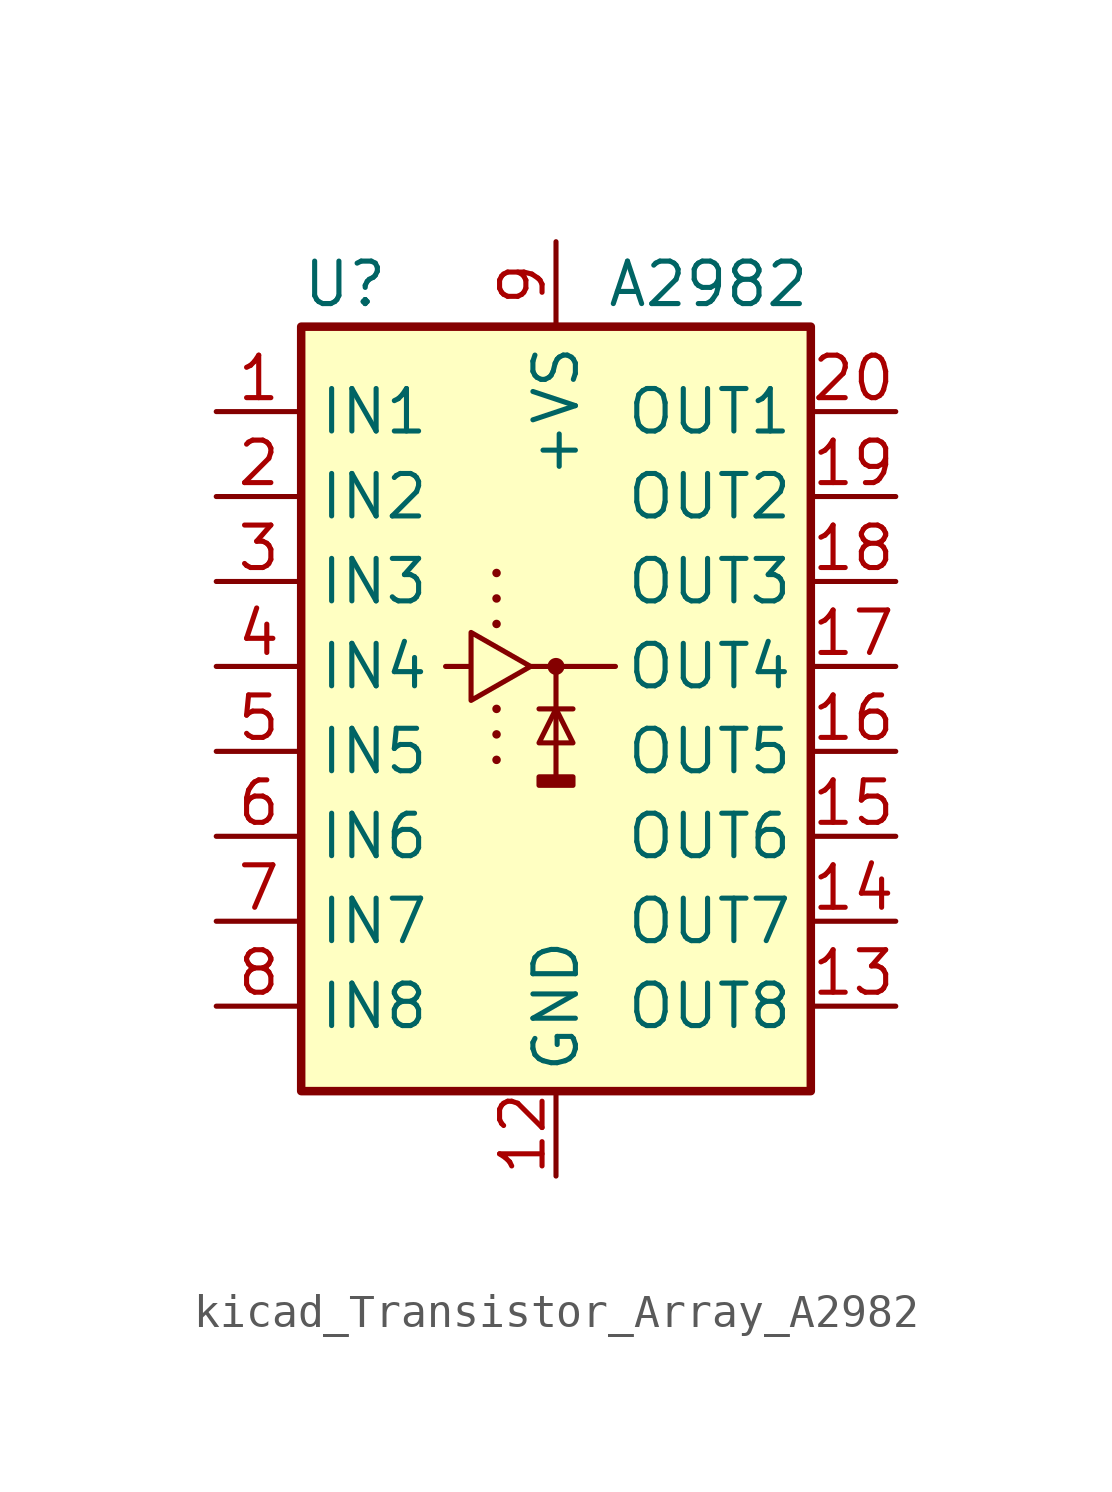
<source format=kicad_sym>
(kicad_symbol_lib
  (version 20220914)
  (generator kicad_symbol_editor)
  (symbol "kicad_Transistor_Array_A2982"
    (property "Reference" "U"
      (at -7.62 11.43 0)
      (effects (font (size 1.27 1.27)) (justify left)))
    (property "Value" "A2982"
      (at 7.62 11.43 0)
      (effects (font (size 1.27 1.27)) (justify right)))
    (symbol "kicad_Transistor_Array_A2982_0_1"
      (rectangle (start -7.62 10.16) (end 7.62 -12.7) (stroke (width 0.254) (type default)) (fill (type background)))
      (rectangle (start -0.508 -3.302) (end 0.508 -3.556) (stroke (width 0) (type default)) (fill (type outline)))
      (polyline (pts (xy -1.778 -2.794) (xy -1.778 -2.794)) (stroke (width 0.254) (type default)) (fill (type none)))
      (polyline (pts (xy -1.778 -2.032) (xy -1.778 -2.032)) (stroke (width 0.254) (type default)) (fill (type none)))
      (polyline (pts (xy -1.778 -1.27) (xy -1.778 -1.27)) (stroke (width 0.254) (type default)) (fill (type none)))
      (polyline (pts (xy -1.778 1.27) (xy -1.778 1.27)) (stroke (width 0.254) (type default)) (fill (type none)))
      (polyline (pts (xy -1.778 2.032) (xy -1.778 2.032)) (stroke (width 0.254) (type default)) (fill (type none)))
      (polyline (pts (xy -1.778 2.794) (xy -1.778 2.794)) (stroke (width 0.254) (type default)) (fill (type none)))
      (polyline (pts (xy -0.762 0) (xy 1.778 0)) (stroke (width 0) (type default)) (fill (type none)))
      (polyline (pts (xy -0.508 -1.27) (xy 0.508 -1.27)) (stroke (width 0) (type default)) (fill (type none)))
      (polyline (pts (xy 0 0) (xy 0 -3.302)) (stroke (width 0) (type default)) (fill (type none)))
      (polyline (pts (xy 0 0) (xy 0 0)) (stroke (width 0.508) (type default)) (fill (type none)))
      (polyline (pts (xy 0 -1.27) (xy -0.508 -2.286) (xy 0.508 -2.286) (xy 0 -1.27)) (stroke (width 0) (type default)) (fill (type none)))
      (polyline (pts (xy -3.302 0) (xy -2.54 0) (xy -2.54 1.016) (xy -0.762 0) (xy -2.54 -1.016) (xy -2.54 0)) (stroke (width 0) (type default)) (fill (type none))))
    (symbol "kicad_Transistor_Array_A2982_1_1"
      (pin input line (at -10.16 7.62 0) (length 2.54) (name "IN1" (effects (font (size 1.27 1.27)))) (number "1" (effects (font (size 1.27 1.27)))))
      (pin no_connect line (at -2.54 -12.7 90) (length 2.54) hide (name "NC" (effects (font (size 1.27 1.27)))) (number "10" (effects (font (size 1.27 1.27)))))
      (pin no_connect line (at 2.54 -12.7 90) (length 2.54) hide (name "NC" (effects (font (size 1.27 1.27)))) (number "11" (effects (font (size 1.27 1.27)))))
      (pin power_in line (at 0 -15.24 90) (length 2.54) (name "GND" (effects (font (size 1.27 1.27)))) (number "12" (effects (font (size 1.27 1.27)))))
      (pin open_emitter line (at 10.16 -10.16 180) (length 2.54) (name "OUT8" (effects (font (size 1.27 1.27)))) (number "13" (effects (font (size 1.27 1.27)))))
      (pin open_emitter line (at 10.16 -7.62 180) (length 2.54) (name "OUT7" (effects (font (size 1.27 1.27)))) (number "14" (effects (font (size 1.27 1.27)))))
      (pin open_emitter line (at 10.16 -5.08 180) (length 2.54) (name "OUT6" (effects (font (size 1.27 1.27)))) (number "15" (effects (font (size 1.27 1.27)))))
      (pin open_emitter line (at 10.16 -2.54 180) (length 2.54) (name "OUT5" (effects (font (size 1.27 1.27)))) (number "16" (effects (font (size 1.27 1.27)))))
      (pin open_emitter line (at 10.16 0 180) (length 2.54) (name "OUT4" (effects (font (size 1.27 1.27)))) (number "17" (effects (font (size 1.27 1.27)))))
      (pin open_emitter line (at 10.16 2.54 180) (length 2.54) (name "OUT3" (effects (font (size 1.27 1.27)))) (number "18" (effects (font (size 1.27 1.27)))))
      (pin open_emitter line (at 10.16 5.08 180) (length 2.54) (name "OUT2" (effects (font (size 1.27 1.27)))) (number "19" (effects (font (size 1.27 1.27)))))
      (pin input line (at -10.16 5.08 0) (length 2.54) (name "IN2" (effects (font (size 1.27 1.27)))) (number "2" (effects (font (size 1.27 1.27)))))
      (pin open_emitter line (at 10.16 7.62 180) (length 2.54) (name "OUT1" (effects (font (size 1.27 1.27)))) (number "20" (effects (font (size 1.27 1.27)))))
      (pin input line (at -10.16 2.54 0) (length 2.54) (name "IN3" (effects (font (size 1.27 1.27)))) (number "3" (effects (font (size 1.27 1.27)))))
      (pin input line (at -10.16 0 0) (length 2.54) (name "IN4" (effects (font (size 1.27 1.27)))) (number "4" (effects (font (size 1.27 1.27)))))
      (pin input line (at -10.16 -2.54 0) (length 2.54) (name "IN5" (effects (font (size 1.27 1.27)))) (number "5" (effects (font (size 1.27 1.27)))))
      (pin input line (at -10.16 -5.08 0) (length 2.54) (name "IN6" (effects (font (size 1.27 1.27)))) (number "6" (effects (font (size 1.27 1.27)))))
      (pin input line (at -10.16 -7.62 0) (length 2.54) (name "IN7" (effects (font (size 1.27 1.27)))) (number "7" (effects (font (size 1.27 1.27)))))
      (pin input line (at -10.16 -10.16 0) (length 2.54) (name "IN8" (effects (font (size 1.27 1.27)))) (number "8" (effects (font (size 1.27 1.27)))))
      (pin power_in line (at 0 12.7 270) (length 2.54) (name "+VS" (effects (font (size 1.27 1.27)))) (number "9" (effects (font (size 1.27 1.27))))))))
</source>
